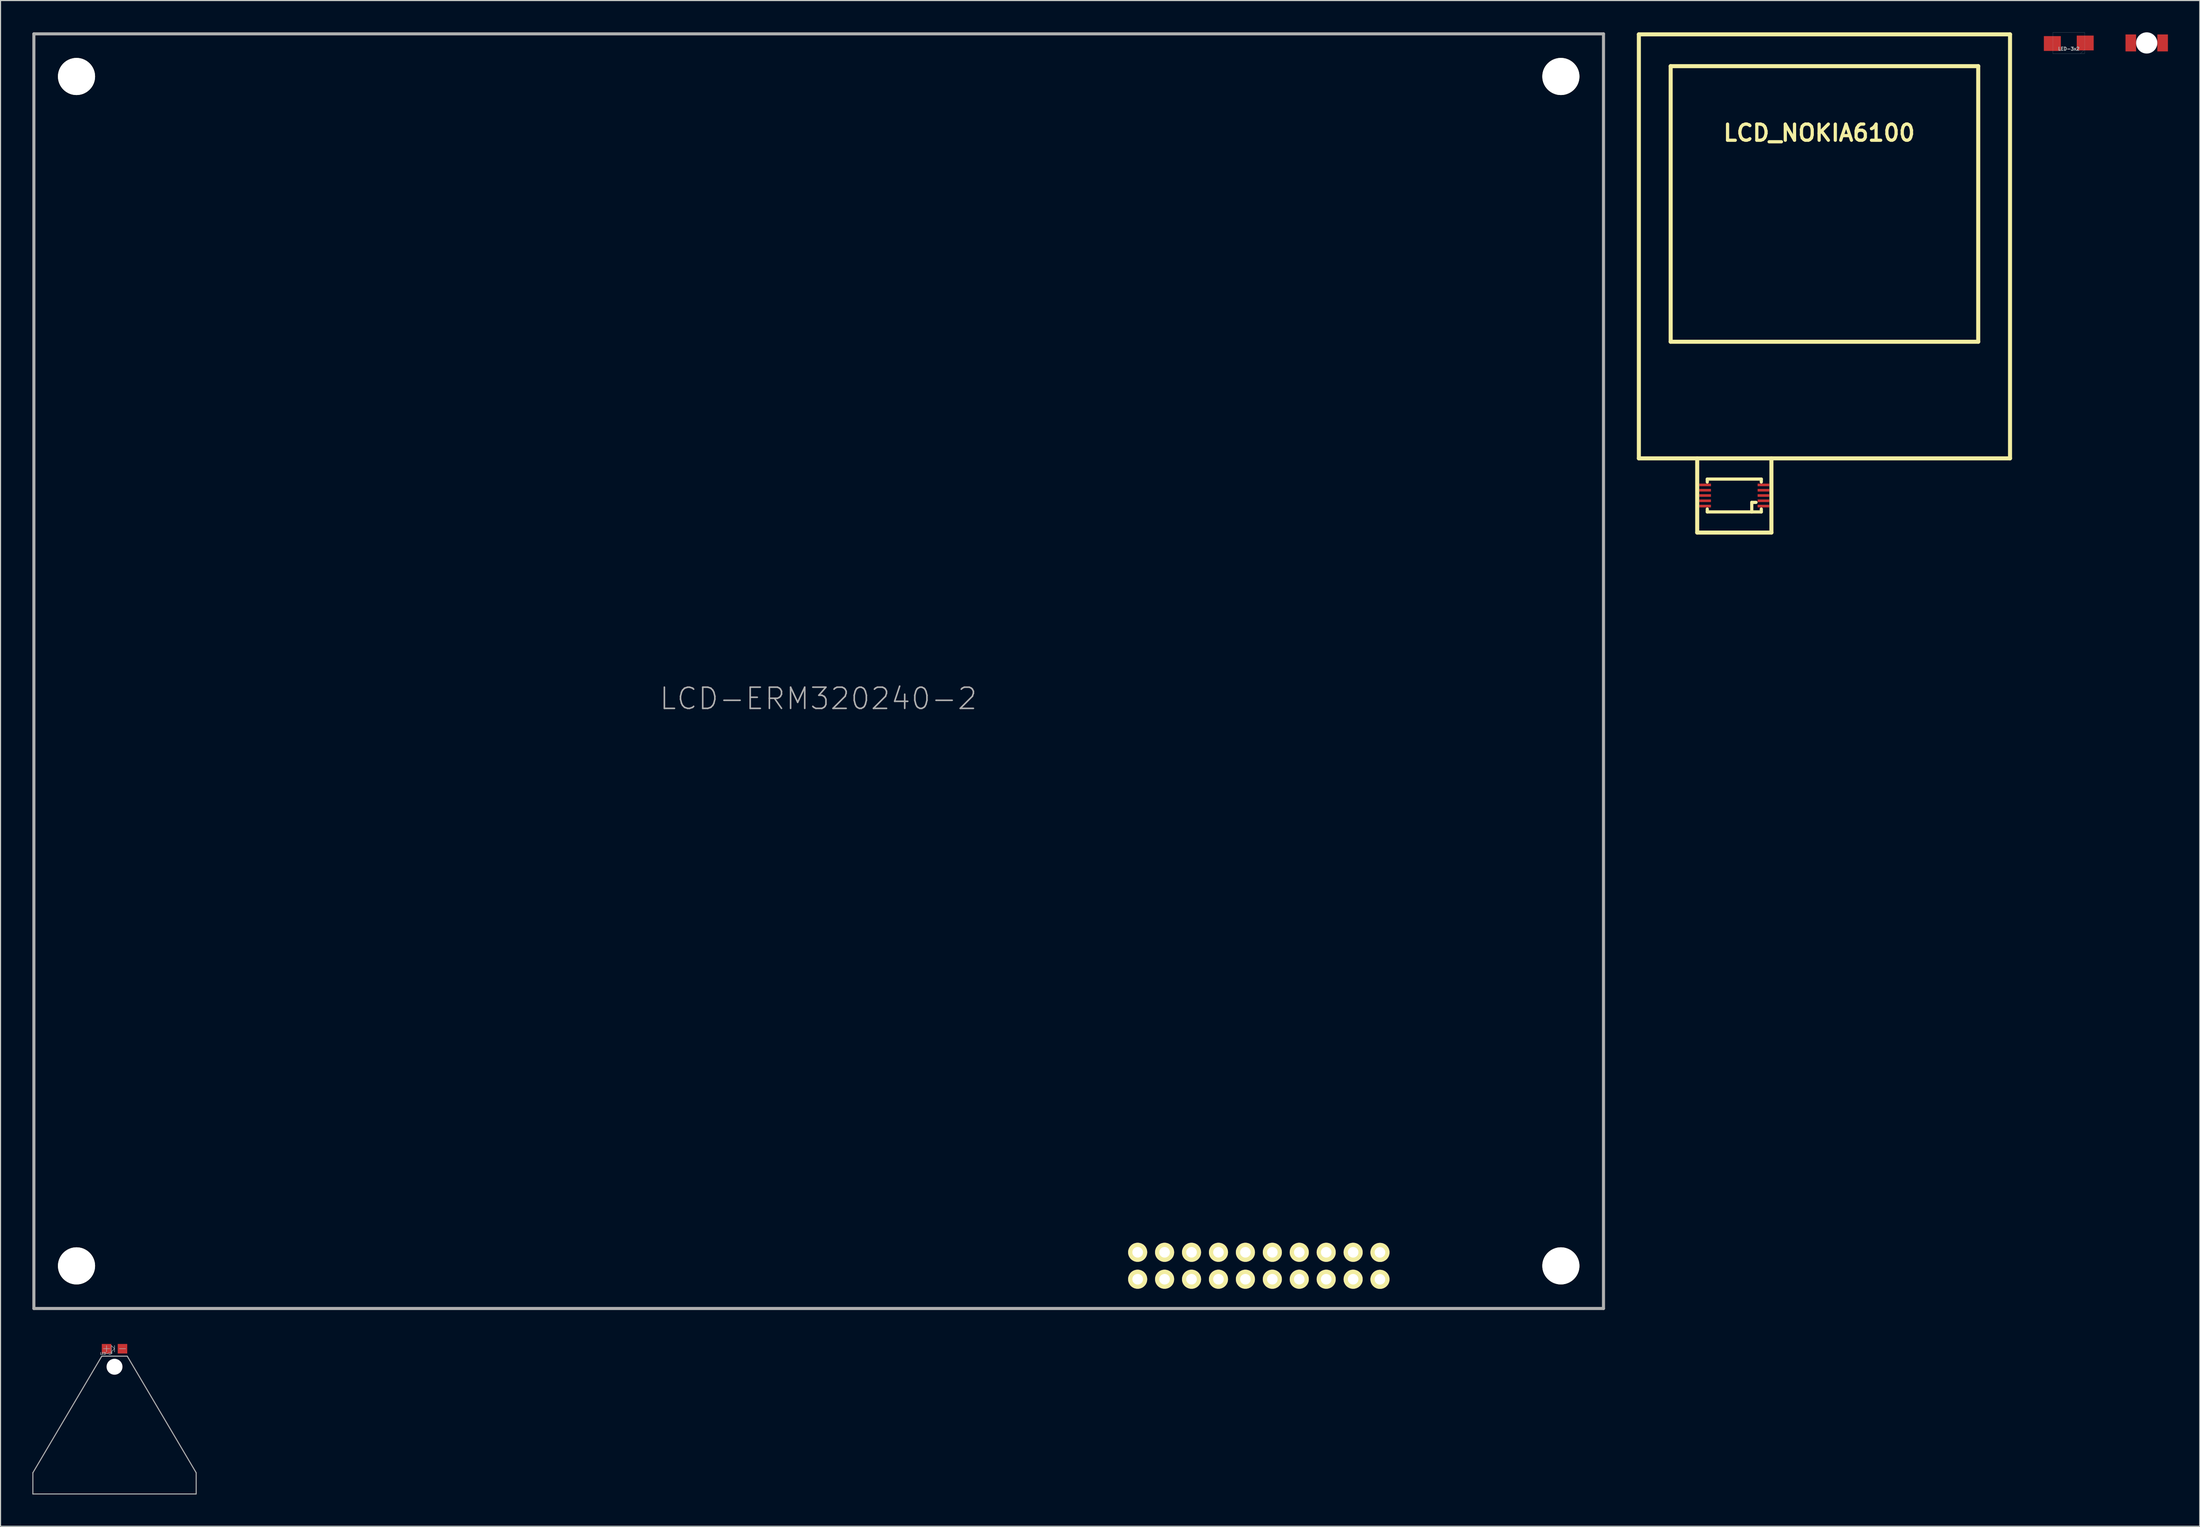
<source format=kicad_pcb>
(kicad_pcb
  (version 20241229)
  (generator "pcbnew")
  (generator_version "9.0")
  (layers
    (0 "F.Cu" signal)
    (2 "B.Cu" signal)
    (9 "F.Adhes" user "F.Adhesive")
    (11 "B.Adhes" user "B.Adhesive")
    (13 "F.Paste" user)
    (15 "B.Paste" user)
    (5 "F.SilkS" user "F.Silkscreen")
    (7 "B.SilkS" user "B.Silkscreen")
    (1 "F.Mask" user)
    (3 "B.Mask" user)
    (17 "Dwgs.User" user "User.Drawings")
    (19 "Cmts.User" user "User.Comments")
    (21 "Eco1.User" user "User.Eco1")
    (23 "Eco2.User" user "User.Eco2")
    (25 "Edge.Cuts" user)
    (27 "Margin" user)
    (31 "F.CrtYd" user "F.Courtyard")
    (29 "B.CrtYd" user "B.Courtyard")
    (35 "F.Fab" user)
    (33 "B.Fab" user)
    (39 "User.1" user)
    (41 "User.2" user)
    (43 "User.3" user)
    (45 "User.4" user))
  (footprint "LED-LP"
    (layer "F.Cu")
    (at 7.75 124.181)
    (property "Reference" "LED-LP" (at -0.775 0.45 0) (layer "F.Fab") (effects (font (size 0.2 0.2) (thickness 0.05))))
    (attr smd)
    (fp_line (start -7.7 11.7) (end -1.2 0.7) (stroke (width 0.1) (type solid)) (layer "F.Fab"))
    (fp_line (start -7.7 13.7) (end -7.7 11.7) (stroke (width 0.1) (type solid)) (layer "F.Fab"))
    (fp_line (start -1.45 -0.65) (end 1.45 -0.65) (stroke (width 0.001) (type solid)) (layer "F.Fab"))
    (fp_line (start -1.45 0.65) (end -1.45 -0.65) (stroke (width 0.001) (type solid)) (layer "F.Fab"))
    (fp_line (start -1.2 0.7) (end 1.2 0.7) (stroke (width 0.1) (type solid)) (layer "F.Fab"))
    (fp_line (start -1.05 0) (end -0.45 0) (stroke (width 0.05) (type solid)) (layer "F.Fab"))
    (fp_line (start -0.75 -0.3) (end -0.75 0.3) (stroke (width 0.05) (type solid)) (layer "F.Fab"))
    (fp_line (start -0.3 -0.3) (end -0.3 0.3) (stroke (width 0.05) (type solid)) (layer "F.Fab"))
    (fp_line (start -0.3 0.3) (end 0 0) (stroke (width 0.05) (type solid)) (layer "F.Fab"))
    (fp_line (start 0 -0.3) (end 0 0.3) (stroke (width 0.05) (type solid)) (layer "F.Fab"))
    (fp_line (start 0 0) (end -0.3 -0.3) (stroke (width 0.05) (type solid)) (layer "F.Fab"))
    (fp_line (start 0.45 0) (end 1.05 0) (stroke (width 0.05) (type solid)) (layer "F.Fab"))
    (fp_line (start 1.2 0.7) (end 7.7 11.7) (stroke (width 0.1) (type solid)) (layer "F.Fab"))
    (fp_line (start 1.45 -0.65) (end 1.45 0.65) (stroke (width 0.001) (type solid)) (layer "F.Fab"))
    (fp_line (start 1.45 0.65) (end -1.45 0.65) (stroke (width 0.001) (type solid)) (layer "F.Fab"))
    (fp_line (start 7.7 11.7) (end 7.7 13.7) (stroke (width 0.1) (type solid)) (layer "F.Fab"))
    (fp_line (start 7.7 13.7) (end -7.7 13.7) (stroke (width 0.1) (type solid)) (layer "F.Fab"))
    (pad "" np_thru_hole circle (at 0 1.7) (size 1.5 1.5) (drill 1.5) (layers "*.Cu" "*.Mask"))
    (pad "1" smd rect (at -0.75 0) (size 0.9 0.9) (layers "F.Cu" "F.Mask" "F.Paste"))
    (pad "2" smd rect (at 0.75 0) (size 0.9 0.9) (layers "F.Cu" "F.Mask" "F.Paste")))
  (footprint "LED-3x2"
    (layer "F.Cu")
    (at 192.042 1.005)
    (property "Reference" "LED-3x2" (at 0 0.55 0) (layer "F.Fab") (effects (font (size 0.3 0.3) (thickness 0.075))))
    (attr through_hole)
    (fp_line (start -1.5 -1) (end 1.5 -1) (stroke (width 0.01) (type solid)) (layer "F.Fab"))
    (fp_line (start -1.5 1) (end -1.5 -1) (stroke (width 0.01) (type solid)) (layer "F.Fab"))
    (fp_line (start 1.1 1) (end 1.5 0.6) (stroke (width 0.01) (type solid)) (layer "F.Fab"))
    (fp_line (start 1.5 -1) (end 1.5 1) (stroke (width 0.01) (type solid)) (layer "F.Fab"))
    (fp_line (start 1.5 1) (end -1.5 1) (stroke (width 0.01) (type solid)) (layer "F.Fab"))
    (pad "1" smd rect (at -1.55 0.05) (size 1.6 1.4) (layers "F.Cu" "F.Mask" "F.Paste"))
    (pad "2" smd rect (at 1.55 0) (size 1.6 1.4) (layers "F.Cu" "F.Mask" "F.Paste")))
  (footprint "LCD_NOKIA6100"
    (layer "F.Cu")
    (at 169.001 20.19)
    (property "Reference" "LCD_NOKIA6100" (at -0.5 -10.701 0) (layer "F.SilkS") (effects (font (size 1.524 1.524) (thickness 0.305))))
    (attr through_hole)
    (fp_line (start -17.501 -20) (end 17.501 -20) (stroke (width 0.381) (type solid)) (layer "F.SilkS"))
    (fp_line (start -17.501 20) (end -17.501 -20) (stroke (width 0.381) (type solid)) (layer "F.SilkS"))
    (fp_line (start -14.501 -17) (end 14.501 -17) (stroke (width 0.381) (type solid)) (layer "F.SilkS"))
    (fp_line (start -14.501 8.999) (end -14.501 -17) (stroke (width 0.381) (type solid)) (layer "F.SilkS"))
    (fp_line (start -11.999 27) (end -11.999 20) (stroke (width 0.381) (type solid)) (layer "F.SilkS"))
    (fp_line (start -11.049 21.953) (end -5.954 21.953) (stroke (width 0.3) (type solid)) (layer "F.SilkS"))
    (fp_line (start -11.049 22.23) (end -11.049 21.953) (stroke (width 0.3) (type solid)) (layer "F.SilkS"))
    (fp_line (start -11.049 25.052) (end -11.049 24.775) (stroke (width 0.3) (type solid)) (layer "F.SilkS"))
    (fp_line (start -11.049 25.052) (end -5.954 25.052) (stroke (width 0.3) (type solid)) (layer "F.SilkS"))
    (fp_line (start -6.853 24.15) (end -6.452 24.15) (stroke (width 0.3) (type solid)) (layer "F.SilkS"))
    (fp_line (start -6.853 25.052) (end -6.853 24.15) (stroke (width 0.3) (type solid)) (layer "F.SilkS"))
    (fp_line (start -5.954 22.23) (end -5.954 21.953) (stroke (width 0.3) (type solid)) (layer "F.SilkS"))
    (fp_line (start -5.954 25.052) (end -5.954 24.775) (stroke (width 0.3) (type solid)) (layer "F.SilkS"))
    (fp_line (start -5.001 20) (end -5.001 27) (stroke (width 0.381) (type solid)) (layer "F.SilkS"))
    (fp_line (start -5.001 27) (end -11.999 27) (stroke (width 0.381) (type solid)) (layer "F.SilkS"))
    (fp_line (start 14.501 -17) (end 14.501 8.999) (stroke (width 0.381) (type solid)) (layer "F.SilkS"))
    (fp_line (start 14.501 8.999) (end -14.501 8.999) (stroke (width 0.381) (type solid)) (layer "F.SilkS"))
    (fp_line (start 17.501 -20) (end 17.501 20) (stroke (width 0.381) (type solid)) (layer "F.SilkS"))
    (fp_line (start 17.501 20) (end -17.501 20) (stroke (width 0.381) (type solid)) (layer "F.SilkS"))
    (pad "1" smd rect (at -5.753 24.501 270) (size 0.249 1.1) (layers "F.Cu" "F.Mask" "F.Paste"))
    (pad "2" smd rect (at -5.753 24 270) (size 0.249 1.1) (layers "F.Cu" "F.Mask" "F.Paste"))
    (pad "3" smd rect (at -5.753 23.503 270) (size 0.249 1.1) (layers "F.Cu" "F.Mask" "F.Paste"))
    (pad "4" smd rect (at -5.753 23.005 270) (size 0.249 1.1) (layers "F.Cu" "F.Mask" "F.Paste"))
    (pad "5" smd rect (at -5.753 22.504 270) (size 0.249 1.1) (layers "F.Cu" "F.Mask" "F.Paste"))
    (pad "6" smd rect (at -11.25 22.504 90) (size 0.249 1.1) (layers "F.Cu" "F.Mask" "F.Paste"))
    (pad "7" smd rect (at -11.25 23.005 90) (size 0.249 1.1) (layers "F.Cu" "F.Mask" "F.Paste"))
    (pad "8" smd rect (at -11.25 23.503 90) (size 0.249 1.1) (layers "F.Cu" "F.Mask" "F.Paste"))
    (pad "9" smd rect (at -11.25 24 90) (size 0.249 1.1) (layers "F.Cu" "F.Mask" "F.Paste"))
    (pad "10" smd rect (at -11.25 24.501 90) (size 0.249 1.1) (layers "F.Cu" "F.Mask" "F.Paste")))
  (footprint "LCD-ERM320240-2"
    (layer "F.Cu")
    (at 74.155 60.265)
    (property "Reference" "LCD-ERM320240-2" (at -0.03 2.59 0) (layer "F.Fab") (effects (font (size 2 2) (thickness 0.15))))
    (attr through_hole)
    (fp_line (start -74.01 -60.12) (end -74.01 60.12) (stroke (width 0.29) (type solid)) (layer "F.Fab"))
    (fp_line (start -74.01 60.12) (end 74.01 60.12) (stroke (width 0.29) (type solid)) (layer "F.Fab"))
    (fp_line (start 74.01 -60.12) (end -74.01 -60.12) (stroke (width 0.29) (type solid)) (layer "F.Fab"))
    (fp_line (start 74.01 60.12) (end 74.01 -60.12) (stroke (width 0.29) (type solid)) (layer "F.Fab"))
    (pad "" np_thru_hole circle (at -69.99 -56.1) (size 3.5 3.5) (drill 3.5) (layers "*.Cu" "*.Mask" "F.SilkS"))
    (pad "" np_thru_hole circle (at -69.99 56.1) (size 3.5 3.5) (drill 3.5) (layers "*.Cu" "*.Mask" "F.SilkS"))
    (pad "" np_thru_hole circle (at 69.99 -56.1) (size 3.5 3.5) (drill 3.5) (layers "*.Cu" "*.Mask" "F.SilkS"))
    (pad "" np_thru_hole circle (at 69.99 56.1) (size 3.5 3.5) (drill 3.5) (layers "*.Cu" "*.Mask" "F.SilkS"))
    (pad "1" thru_hole circle (at 52.93 57.37) (size 1.8 1.8) (drill 1) (layers "*.Cu" "*.Mask" "F.SilkS"))
    (pad "2" thru_hole circle (at 52.93 54.83) (size 1.8 1.8) (drill 1) (layers "*.Cu" "*.Mask" "F.SilkS"))
    (pad "3" thru_hole circle (at 50.4 57.36) (size 1.8 1.8) (drill 1) (layers "*.Cu" "*.Mask" "F.SilkS"))
    (pad "4" thru_hole circle (at 50.4 54.82) (size 1.8 1.8) (drill 1) (layers "*.Cu" "*.Mask" "F.SilkS"))
    (pad "5" thru_hole circle (at 47.86 57.36) (size 1.8 1.8) (drill 1) (layers "*.Cu" "*.Mask" "F.SilkS"))
    (pad "6" thru_hole circle (at 47.86 54.82) (size 1.8 1.8) (drill 1) (layers "*.Cu" "*.Mask" "F.SilkS"))
    (pad "7" thru_hole circle (at 45.32 57.36) (size 1.8 1.8) (drill 1) (layers "*.Cu" "*.Mask" "F.SilkS"))
    (pad "8" thru_hole circle (at 45.32 54.82) (size 1.8 1.8) (drill 1) (layers "*.Cu" "*.Mask" "F.SilkS"))
    (pad "9" thru_hole circle (at 42.78 57.36) (size 1.8 1.8) (drill 1) (layers "*.Cu" "*.Mask" "F.SilkS"))
    (pad "10" thru_hole circle (at 42.78 54.82) (size 1.8 1.8) (drill 1) (layers "*.Cu" "*.Mask" "F.SilkS"))
    (pad "11" thru_hole circle (at 40.24 57.36) (size 1.8 1.8) (drill 1) (layers "*.Cu" "*.Mask" "F.SilkS"))
    (pad "12" thru_hole circle (at 40.24 54.82) (size 1.8 1.8) (drill 1) (layers "*.Cu" "*.Mask" "F.SilkS"))
    (pad "13" thru_hole circle (at 37.7 57.36) (size 1.8 1.8) (drill 1) (layers "*.Cu" "*.Mask" "F.SilkS"))
    (pad "14" thru_hole circle (at 37.7 54.82) (size 1.8 1.8) (drill 1) (layers "*.Cu" "*.Mask" "F.SilkS"))
    (pad "15" thru_hole circle (at 35.16 57.36) (size 1.8 1.8) (drill 1) (layers "*.Cu" "*.Mask" "F.SilkS"))
    (pad "16" thru_hole circle (at 35.16 54.82) (size 1.8 1.8) (drill 1) (layers "*.Cu" "*.Mask" "F.SilkS"))
    (pad "17" thru_hole circle (at 32.62 57.36) (size 1.8 1.8) (drill 1) (layers "*.Cu" "*.Mask" "F.SilkS"))
    (pad "18" thru_hole circle (at 32.62 54.82) (size 1.8 1.8) (drill 1) (layers "*.Cu" "*.Mask" "F.SilkS"))
    (pad "19" thru_hole circle (at 30.08 57.36) (size 1.8 1.8) (drill 1) (layers "*.Cu" "*.Mask" "F.SilkS"))
    (pad "20" thru_hole circle (at 30.08 54.82) (size 1.8 1.8) (drill 1) (layers "*.Cu" "*.Mask" "F.SilkS")))
  (footprint "LED-C-XR2S1"
    (layer "F.Cu")
    (at 199.392 1)
    (property "Reference" "LED-C-XR2S1" (at 0 0.5 0) (layer "F.Fab") (effects (font (size 0.15 0.15) (thickness 0.037))))
    (attr through_hole)
    (fp_line (start -0.3 -0.3) (end -0.3 0.3) (stroke (width 0.12) (type solid)) (layer "F.Fab"))
    (fp_line (start -0.3 0) (end -0.7 0) (stroke (width 0.12) (type solid)) (layer "F.Fab"))
    (fp_line (start -0.3 0.3) (end 0.1 0) (stroke (width 0.12) (type solid)) (layer "F.Fab"))
    (fp_line (start 0.1 -0.3) (end 0.1 0.3) (stroke (width 0.12) (type solid)) (layer "F.Fab"))
    (fp_line (start 0.1 0) (end -0.3 -0.3) (stroke (width 0.12) (type solid)) (layer "F.Fab"))
    (fp_line (start 0.1 0) (end 0.4 0) (stroke (width 0.12) (type solid)) (layer "F.Fab"))
    (pad "" np_thru_hole circle (at 0 0) (size 2 2) (drill 2) (layers "*.Cu" "*.Mask"))
    (pad "1" smd rect (at -1.5 0) (size 1 1.6) (layers "F.Cu" "F.Mask" "F.Paste"))
    (pad "2" smd rect (at 1.5 0) (size 1 1.6) (layers "F.Cu" "F.Mask" "F.Paste")))
  (gr_rect
    (start -3 -3)
    (end 204.392 140.931)
    (stroke (width 0.1) (type default))
    (fill no)
    (layer "Edge.Cuts")))
</source>
